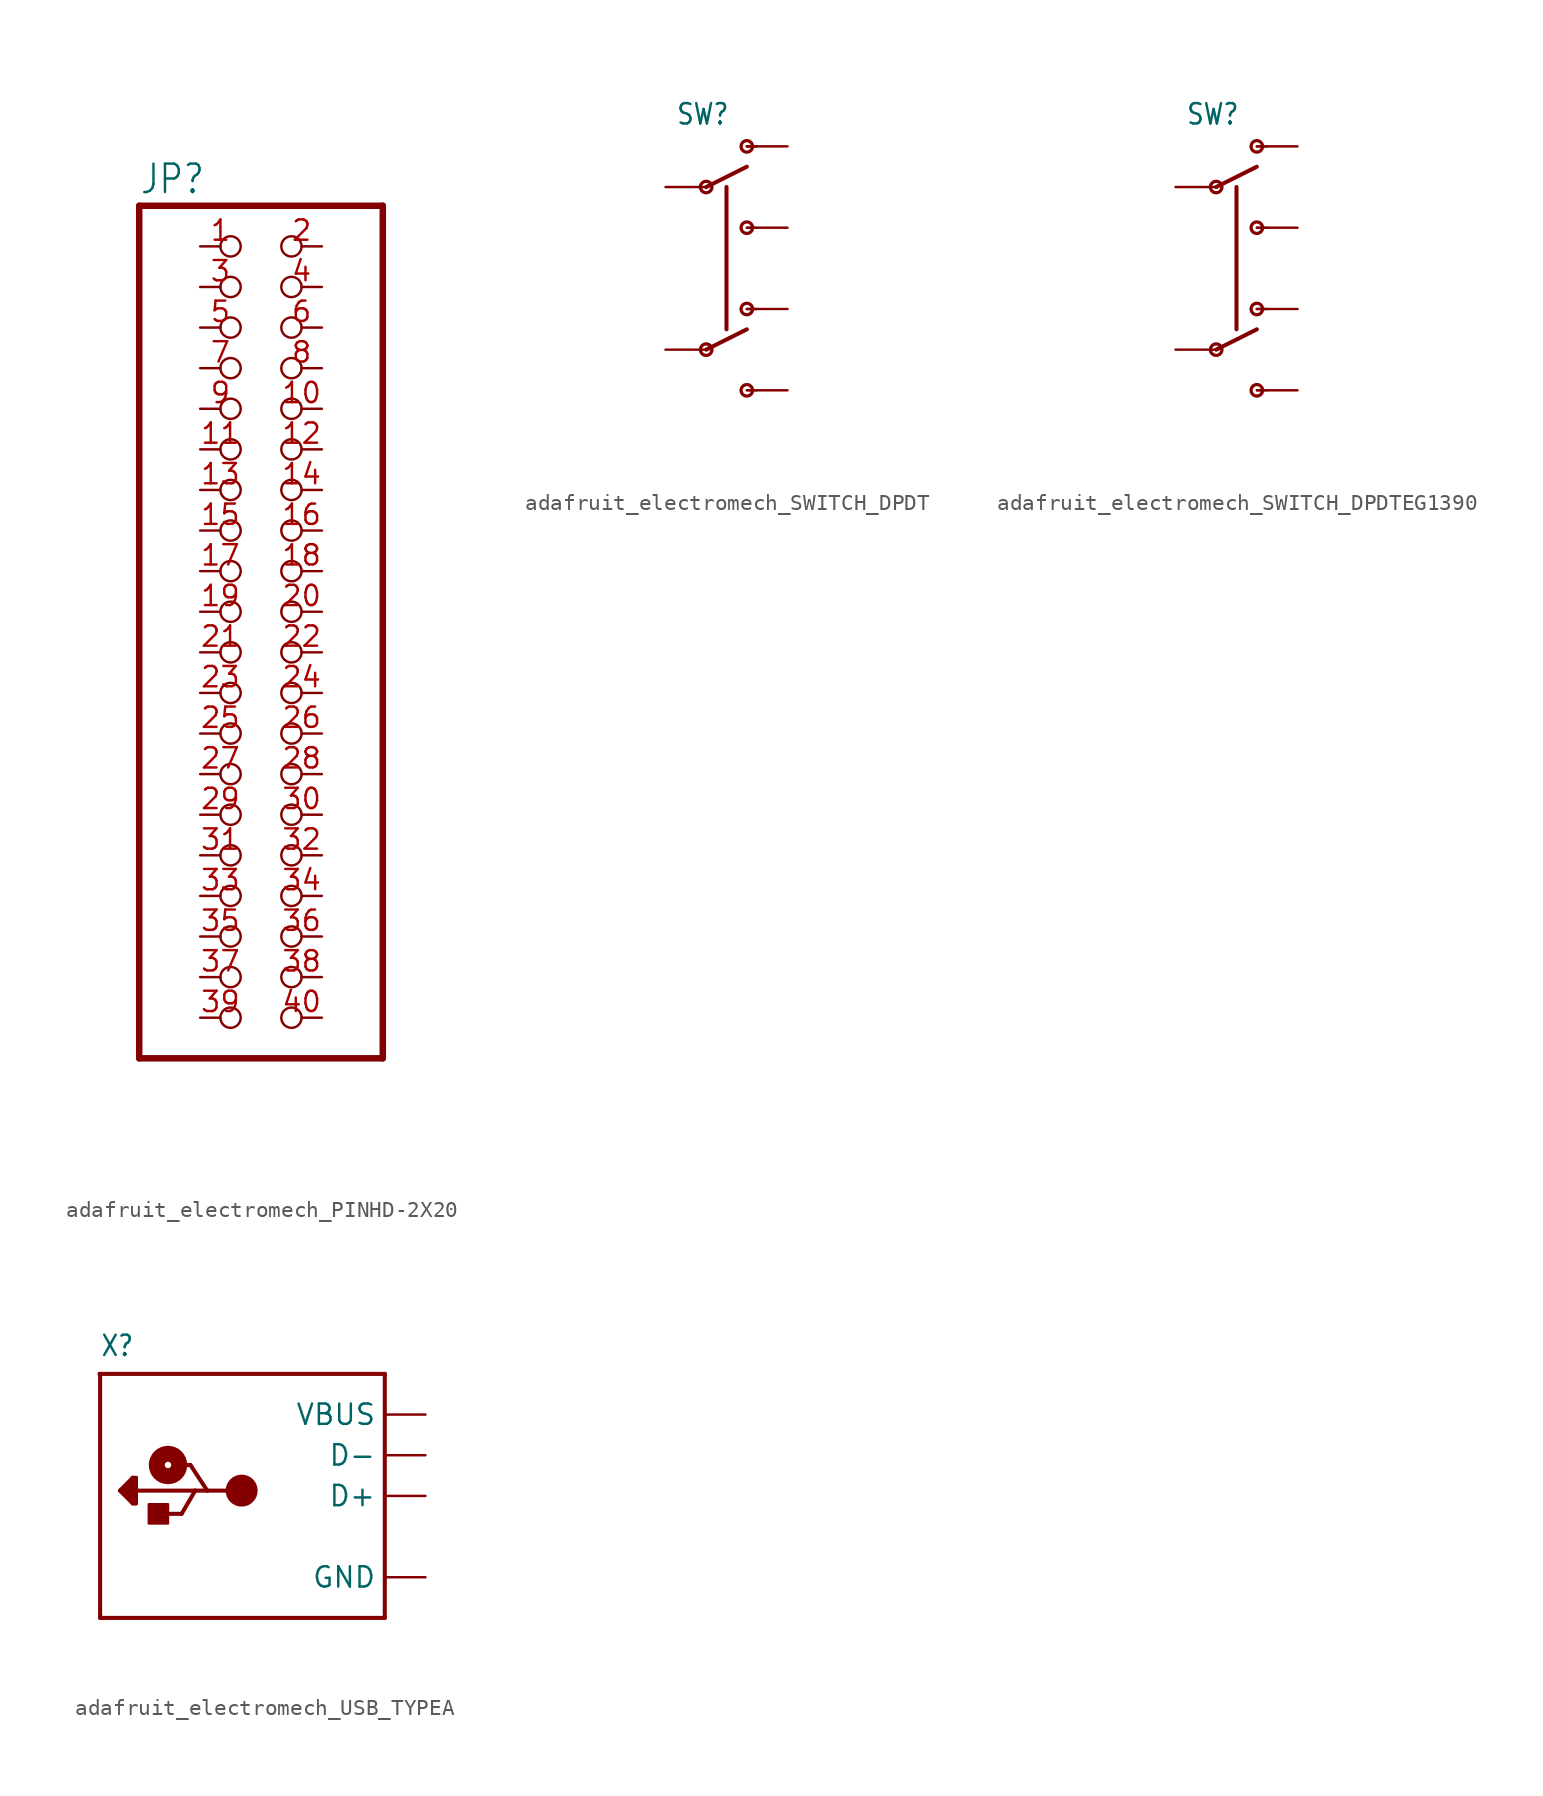
<source format=kicad_sym>
(kicad_symbol_lib
  (version 20231120)
  (generator "kicad_symbol_editor")
  (generator_version "8.0")
  (symbol "adafruit_electromech_PINHD-2X20"
    (property "Reference" "JP"
      (at -6.35 26.035 0)
      (effects (font (size 1.778 1.511)) (justify left bottom)))
    (property "Value" ""
      (at -6.35 -30.48 0)
      (effects (font (size 1.778 1.511)) (justify left bottom)))
    (property "ki_locked" ""
      (at 0 0 0)
      (effects (font (size 1.27 1.27))))
    (symbol "adafruit_electromech_PINHD-2X20_1_0"
      (polyline (pts (xy -6.35 -27.94) (xy 8.89 -27.94)) (stroke (width 0.406) (type solid)) (fill (type none)))
      (polyline (pts (xy -6.35 25.4) (xy -6.35 -27.94)) (stroke (width 0.406) (type solid)) (fill (type none)))
      (polyline (pts (xy 8.89 -27.94) (xy 8.89 25.4)) (stroke (width 0.406) (type solid)) (fill (type none)))
      (polyline (pts (xy 8.89 25.4) (xy -6.35 25.4)) (stroke (width 0.406) (type solid)) (fill (type none)))
      (pin passive inverted (at -2.54 22.86 0) (length 2.54) (name "1" (effects (font (size 0 0)))) (number "1" (effects (font (size 1.27 1.27)))))
      (pin passive inverted (at 5.08 12.7 180) (length 2.54) (name "10" (effects (font (size 0 0)))) (number "10" (effects (font (size 1.27 1.27)))))
      (pin passive inverted (at -2.54 10.16 0) (length 2.54) (name "11" (effects (font (size 0 0)))) (number "11" (effects (font (size 1.27 1.27)))))
      (pin passive inverted (at 5.08 10.16 180) (length 2.54) (name "12" (effects (font (size 0 0)))) (number "12" (effects (font (size 1.27 1.27)))))
      (pin passive inverted (at -2.54 7.62 0) (length 2.54) (name "13" (effects (font (size 0 0)))) (number "13" (effects (font (size 1.27 1.27)))))
      (pin passive inverted (at 5.08 7.62 180) (length 2.54) (name "14" (effects (font (size 0 0)))) (number "14" (effects (font (size 1.27 1.27)))))
      (pin passive inverted (at -2.54 5.08 0) (length 2.54) (name "15" (effects (font (size 0 0)))) (number "15" (effects (font (size 1.27 1.27)))))
      (pin passive inverted (at 5.08 5.08 180) (length 2.54) (name "16" (effects (font (size 0 0)))) (number "16" (effects (font (size 1.27 1.27)))))
      (pin passive inverted (at -2.54 2.54 0) (length 2.54) (name "17" (effects (font (size 0 0)))) (number "17" (effects (font (size 1.27 1.27)))))
      (pin passive inverted (at 5.08 2.54 180) (length 2.54) (name "18" (effects (font (size 0 0)))) (number "18" (effects (font (size 1.27 1.27)))))
      (pin passive inverted (at -2.54 0 0) (length 2.54) (name "19" (effects (font (size 0 0)))) (number "19" (effects (font (size 1.27 1.27)))))
      (pin passive inverted (at 5.08 22.86 180) (length 2.54) (name "2" (effects (font (size 0 0)))) (number "2" (effects (font (size 1.27 1.27)))))
      (pin passive inverted (at 5.08 0 180) (length 2.54) (name "20" (effects (font (size 0 0)))) (number "20" (effects (font (size 1.27 1.27)))))
      (pin passive inverted (at -2.54 -2.54 0) (length 2.54) (name "21" (effects (font (size 0 0)))) (number "21" (effects (font (size 1.27 1.27)))))
      (pin passive inverted (at 5.08 -2.54 180) (length 2.54) (name "22" (effects (font (size 0 0)))) (number "22" (effects (font (size 1.27 1.27)))))
      (pin passive inverted (at -2.54 -5.08 0) (length 2.54) (name "23" (effects (font (size 0 0)))) (number "23" (effects (font (size 1.27 1.27)))))
      (pin passive inverted (at 5.08 -5.08 180) (length 2.54) (name "24" (effects (font (size 0 0)))) (number "24" (effects (font (size 1.27 1.27)))))
      (pin passive inverted (at -2.54 -7.62 0) (length 2.54) (name "25" (effects (font (size 0 0)))) (number "25" (effects (font (size 1.27 1.27)))))
      (pin passive inverted (at 5.08 -7.62 180) (length 2.54) (name "26" (effects (font (size 0 0)))) (number "26" (effects (font (size 1.27 1.27)))))
      (pin passive inverted (at -2.54 -10.16 0) (length 2.54) (name "27" (effects (font (size 0 0)))) (number "27" (effects (font (size 1.27 1.27)))))
      (pin passive inverted (at 5.08 -10.16 180) (length 2.54) (name "28" (effects (font (size 0 0)))) (number "28" (effects (font (size 1.27 1.27)))))
      (pin passive inverted (at -2.54 -12.7 0) (length 2.54) (name "29" (effects (font (size 0 0)))) (number "29" (effects (font (size 1.27 1.27)))))
      (pin passive inverted (at -2.54 20.32 0) (length 2.54) (name "3" (effects (font (size 0 0)))) (number "3" (effects (font (size 1.27 1.27)))))
      (pin passive inverted (at 5.08 -12.7 180) (length 2.54) (name "30" (effects (font (size 0 0)))) (number "30" (effects (font (size 1.27 1.27)))))
      (pin passive inverted (at -2.54 -15.24 0) (length 2.54) (name "31" (effects (font (size 0 0)))) (number "31" (effects (font (size 1.27 1.27)))))
      (pin passive inverted (at 5.08 -15.24 180) (length 2.54) (name "32" (effects (font (size 0 0)))) (number "32" (effects (font (size 1.27 1.27)))))
      (pin passive inverted (at -2.54 -17.78 0) (length 2.54) (name "33" (effects (font (size 0 0)))) (number "33" (effects (font (size 1.27 1.27)))))
      (pin passive inverted (at 5.08 -17.78 180) (length 2.54) (name "34" (effects (font (size 0 0)))) (number "34" (effects (font (size 1.27 1.27)))))
      (pin passive inverted (at -2.54 -20.32 0) (length 2.54) (name "35" (effects (font (size 0 0)))) (number "35" (effects (font (size 1.27 1.27)))))
      (pin passive inverted (at 5.08 -20.32 180) (length 2.54) (name "36" (effects (font (size 0 0)))) (number "36" (effects (font (size 1.27 1.27)))))
      (pin passive inverted (at -2.54 -22.86 0) (length 2.54) (name "37" (effects (font (size 0 0)))) (number "37" (effects (font (size 1.27 1.27)))))
      (pin passive inverted (at 5.08 -22.86 180) (length 2.54) (name "38" (effects (font (size 0 0)))) (number "38" (effects (font (size 1.27 1.27)))))
      (pin passive inverted (at -2.54 -25.4 0) (length 2.54) (name "39" (effects (font (size 0 0)))) (number "39" (effects (font (size 1.27 1.27)))))
      (pin passive inverted (at 5.08 20.32 180) (length 2.54) (name "4" (effects (font (size 0 0)))) (number "4" (effects (font (size 1.27 1.27)))))
      (pin passive inverted (at 5.08 -25.4 180) (length 2.54) (name "40" (effects (font (size 0 0)))) (number "40" (effects (font (size 1.27 1.27)))))
      (pin passive inverted (at -2.54 17.78 0) (length 2.54) (name "5" (effects (font (size 0 0)))) (number "5" (effects (font (size 1.27 1.27)))))
      (pin passive inverted (at 5.08 17.78 180) (length 2.54) (name "6" (effects (font (size 0 0)))) (number "6" (effects (font (size 1.27 1.27)))))
      (pin passive inverted (at -2.54 15.24 0) (length 2.54) (name "7" (effects (font (size 0 0)))) (number "7" (effects (font (size 1.27 1.27)))))
      (pin passive inverted (at 5.08 15.24 180) (length 2.54) (name "8" (effects (font (size 0 0)))) (number "8" (effects (font (size 1.27 1.27)))))
      (pin passive inverted (at -2.54 12.7 0) (length 2.54) (name "9" (effects (font (size 0 0)))) (number "9" (effects (font (size 1.27 1.27)))))))
  (symbol "adafruit_electromech_SWITCH_DPDT"
    (property "Reference" "SW"
      (at -4.445 8.89 0)
      (effects (font (size 1.27 1.079)) (justify left bottom)))
    (property "Value" ""
      (at -5.08 -11.43 0)
      (effects (font (size 1.27 1.079)) (justify left bottom)))
    (property "ki_locked" ""
      (at 0 0 0)
      (effects (font (size 1.27 1.27))))
    (symbol "adafruit_electromech_SWITCH_DPDT_1_0"
      (circle (center -2.54 -5.08) (radius 0.359) (stroke (width 0.203) (type solid)) (fill (type none)))
      (circle (center -2.54 5.08) (radius 0.359) (stroke (width 0.203) (type solid)) (fill (type none)))
      (circle (center 0 -7.62) (radius 0.359) (stroke (width 0.203) (type solid)) (fill (type none)))
      (circle (center 0 -2.54) (radius 0.359) (stroke (width 0.203) (type solid)) (fill (type none)))
      (polyline (pts (xy -2.54 -5.08) (xy 0 -3.81)) (stroke (width 0.254) (type solid)) (fill (type none)))
      (polyline (pts (xy -2.54 5.08) (xy 0 6.35)) (stroke (width 0.254) (type solid)) (fill (type none)))
      (polyline (pts (xy -1.27 5.08) (xy -1.27 -3.81)) (stroke (width 0.254) (type solid)) (fill (type none)))
      (polyline (pts (xy 0 -7.62) (xy 0.635 -7.62)) (stroke (width 0.127) (type solid)) (fill (type none)))
      (polyline (pts (xy 0 -2.54) (xy 0.635 -2.54)) (stroke (width 0.152) (type solid)) (fill (type none)))
      (polyline (pts (xy 0 2.54) (xy 0.635 2.54)) (stroke (width 0.127) (type solid)) (fill (type none)))
      (polyline (pts (xy 0 7.62) (xy 0.635 7.62)) (stroke (width 0.152) (type solid)) (fill (type none)))
      (circle (center 0 2.54) (radius 0.359) (stroke (width 0.203) (type solid)) (fill (type none)))
      (circle (center 0 7.62) (radius 0.359) (stroke (width 0.203) (type solid)) (fill (type none)))
      (pin passive line (at 2.54 7.62 180) (length 2.54) (name "O1" (effects (font (size 0 0)))) (number "P$1" (effects (font (size 0 0)))))
      (pin passive line (at -5.08 5.08 0) (length 2.54) (name "P1" (effects (font (size 0 0)))) (number "P$2" (effects (font (size 0 0)))))
      (pin passive line (at 2.54 2.54 180) (length 2.54) (name "S1" (effects (font (size 0 0)))) (number "P$3" (effects (font (size 0 0)))))
      (pin passive line (at 2.54 -7.62 180) (length 2.54) (name "S2" (effects (font (size 0 0)))) (number "P$4" (effects (font (size 0 0)))))
      (pin passive line (at -5.08 -5.08 0) (length 2.54) (name "P2" (effects (font (size 0 0)))) (number "P$5" (effects (font (size 0 0)))))
      (pin passive line (at 2.54 -2.54 180) (length 2.54) (name "O2" (effects (font (size 0 0)))) (number "P$6" (effects (font (size 0 0)))))))
  (symbol "adafruit_electromech_SWITCH_DPDTEG1390"
    (property "Reference" "SW"
      (at -4.445 8.89 0)
      (effects (font (size 1.27 1.079)) (justify left bottom)))
    (property "Value" ""
      (at -5.08 -11.43 0)
      (effects (font (size 1.27 1.079)) (justify left bottom)))
    (property "ki_locked" ""
      (at 0 0 0)
      (effects (font (size 1.27 1.27))))
    (symbol "adafruit_electromech_SWITCH_DPDTEG1390_1_0"
      (circle (center -2.54 -5.08) (radius 0.359) (stroke (width 0.203) (type solid)) (fill (type none)))
      (circle (center -2.54 5.08) (radius 0.359) (stroke (width 0.203) (type solid)) (fill (type none)))
      (circle (center 0 -7.62) (radius 0.359) (stroke (width 0.203) (type solid)) (fill (type none)))
      (circle (center 0 -2.54) (radius 0.359) (stroke (width 0.203) (type solid)) (fill (type none)))
      (polyline (pts (xy -2.54 -5.08) (xy 0 -3.81)) (stroke (width 0.254) (type solid)) (fill (type none)))
      (polyline (pts (xy -2.54 5.08) (xy 0 6.35)) (stroke (width 0.254) (type solid)) (fill (type none)))
      (polyline (pts (xy -1.27 5.08) (xy -1.27 -3.81)) (stroke (width 0.254) (type solid)) (fill (type none)))
      (polyline (pts (xy 0 -7.62) (xy 0.635 -7.62)) (stroke (width 0.127) (type solid)) (fill (type none)))
      (polyline (pts (xy 0 -2.54) (xy 0.635 -2.54)) (stroke (width 0.152) (type solid)) (fill (type none)))
      (polyline (pts (xy 0 2.54) (xy 0.635 2.54)) (stroke (width 0.127) (type solid)) (fill (type none)))
      (polyline (pts (xy 0 7.62) (xy 0.635 7.62)) (stroke (width 0.152) (type solid)) (fill (type none)))
      (circle (center 0 2.54) (radius 0.359) (stroke (width 0.203) (type solid)) (fill (type none)))
      (circle (center 0 7.62) (radius 0.359) (stroke (width 0.203) (type solid)) (fill (type none)))
      (pin passive line (at 2.54 7.62 180) (length 2.54) (name "O1" (effects (font (size 0 0)))) (number "O1" (effects (font (size 0 0)))))
      (pin passive line (at 2.54 -2.54 180) (length 2.54) (name "O2" (effects (font (size 0 0)))) (number "O2" (effects (font (size 0 0)))))
      (pin passive line (at -5.08 5.08 0) (length 2.54) (name "P1" (effects (font (size 0 0)))) (number "P1" (effects (font (size 0 0)))))
      (pin passive line (at -5.08 -5.08 0) (length 2.54) (name "P2" (effects (font (size 0 0)))) (number "P2" (effects (font (size 0 0)))))
      (pin passive line (at 2.54 2.54 180) (length 2.54) (name "S1" (effects (font (size 0 0)))) (number "S1" (effects (font (size 0 0)))))
      (pin passive line (at 2.54 -7.62 180) (length 2.54) (name "S2" (effects (font (size 0 0)))) (number "S2" (effects (font (size 0 0)))))))
  (symbol "adafruit_electromech_USB_TYPEA"
    (property "Reference" "X"
      (at -10.16 8.636 0)
      (effects (font (size 1.27 1.079)) (justify left bottom)))
    (property "Value" ""
      (at -10.16 -10.16 0)
      (effects (font (size 1.27 1.079)) (justify left bottom)))
    (property "ki_locked" ""
      (at 0 0 0)
      (effects (font (size 1.27 1.27))))
    (symbol "adafruit_electromech_USB_TYPEA_1_0"
      (rectangle (start -7.12 -1.72) (end -5.92 -0.52) (stroke (width 0) (type default)) (fill (type outline)))
      (circle (center -5.92 1.93) (radius 0.2) (stroke (width 1) (type solid)) (fill (type none)))
      (circle (center -1.32 0.33) (radius 0.5) (stroke (width 1) (type solid)) (fill (type none)))
      (polyline (pts (xy -10.2 7.62) (xy -10.16 7.62)) (stroke (width 0.254) (type solid)) (fill (type none)))
      (polyline (pts (xy -10.16 -7.62) (xy 7.62 -7.62)) (stroke (width 0.254) (type solid)) (fill (type none)))
      (polyline (pts (xy -10.16 7.62) (xy -10.16 -7.62)) (stroke (width 0.254) (type solid)) (fill (type none)))
      (polyline (pts (xy -10.16 7.62) (xy 7.62 7.62)) (stroke (width 0.254) (type solid)) (fill (type none)))
      (polyline (pts (xy -8.92 0.33) (xy -8.12 1.13)) (stroke (width 0.254) (type solid)) (fill (type none)))
      (polyline (pts (xy -8.52 0.13) (xy -8.32 -0.07)) (stroke (width 0.254) (type solid)) (fill (type none)))
      (polyline (pts (xy -8.52 0.33) (xy -8.52 0.13)) (stroke (width 0.254) (type solid)) (fill (type none)))
      (polyline (pts (xy -8.32 -0.07) (xy -8.32 0.73)) (stroke (width 0.254) (type solid)) (fill (type none)))
      (polyline (pts (xy -8.32 0.73) (xy -8.72 0.33)) (stroke (width 0.254) (type solid)) (fill (type none)))
      (polyline (pts (xy -8.12 -0.47) (xy -8.92 0.33)) (stroke (width 0.254) (type solid)) (fill (type none)))
      (polyline (pts (xy -8.12 -0.27) (xy -8.12 1.13)) (stroke (width 0.254) (type solid)) (fill (type none)))
      (polyline (pts (xy -8.12 1.13) (xy -7.92 1.13)) (stroke (width 0.254) (type solid)) (fill (type none)))
      (polyline (pts (xy -7.92 -0.47) (xy -8.12 -0.47)) (stroke (width 0.254) (type solid)) (fill (type none)))
      (polyline (pts (xy -7.92 0.33) (xy -7.92 -0.47)) (stroke (width 0.254) (type solid)) (fill (type none)))
      (polyline (pts (xy -7.92 1.13) (xy -7.92 0.33)) (stroke (width 0.254) (type solid)) (fill (type none)))
      (polyline (pts (xy -6.27 -1.12) (xy -5.07 -1.12)) (stroke (width 0.254) (type solid)) (fill (type none)))
      (polyline (pts (xy -5.52 1.93) (xy -4.52 1.93)) (stroke (width 0.254) (type solid)) (fill (type none)))
      (polyline (pts (xy -5.07 -1.12) (xy -4.22 0.33)) (stroke (width 0.254) (type solid)) (fill (type none)))
      (polyline (pts (xy -4.52 1.93) (xy -3.47 0.33)) (stroke (width 0.254) (type solid)) (fill (type none)))
      (polyline (pts (xy -4.22 0.33) (xy -7.92 0.33)) (stroke (width 0.254) (type solid)) (fill (type none)))
      (polyline (pts (xy -3.47 0.33) (xy -4.22 0.33)) (stroke (width 0.254) (type solid)) (fill (type none)))
      (polyline (pts (xy -1.32 0.33) (xy -3.47 0.33)) (stroke (width 0.254) (type solid)) (fill (type none)))
      (polyline (pts (xy 7.62 7.62) (xy 7.62 -7.62)) (stroke (width 0.254) (type solid)) (fill (type none)))
      (pin bidirectional line (at 10.16 0 180) (length 2.54) (name "D+" (effects (font (size 1.27 1.27)))) (number "D+" (effects (font (size 0 0)))))
      (pin bidirectional line (at 10.16 2.54 180) (length 2.54) (name "D-" (effects (font (size 1.27 1.27)))) (number "D-" (effects (font (size 0 0)))))
      (pin power_in line (at 10.16 -5.08 180) (length 2.54) (name "GND" (effects (font (size 1.27 1.27)))) (number "GND" (effects (font (size 0 0)))))
      (pin power_in line (at 10.16 5.08 180) (length 2.54) (name "VBUS" (effects (font (size 1.27 1.27)))) (number "VBUS" (effects (font (size 0 0))))))))
</source>
